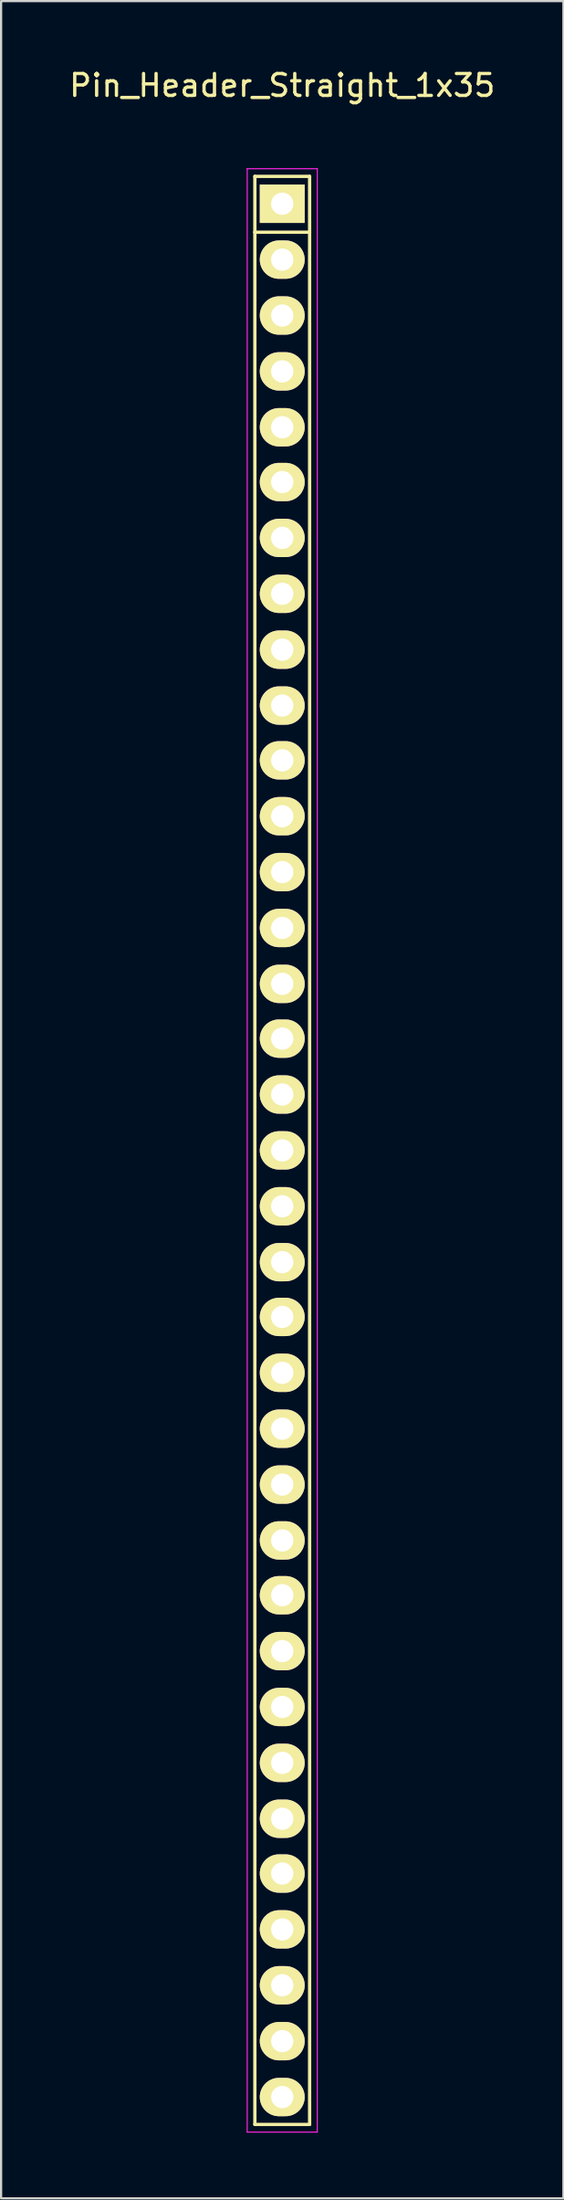
<source format=kicad_pcb>
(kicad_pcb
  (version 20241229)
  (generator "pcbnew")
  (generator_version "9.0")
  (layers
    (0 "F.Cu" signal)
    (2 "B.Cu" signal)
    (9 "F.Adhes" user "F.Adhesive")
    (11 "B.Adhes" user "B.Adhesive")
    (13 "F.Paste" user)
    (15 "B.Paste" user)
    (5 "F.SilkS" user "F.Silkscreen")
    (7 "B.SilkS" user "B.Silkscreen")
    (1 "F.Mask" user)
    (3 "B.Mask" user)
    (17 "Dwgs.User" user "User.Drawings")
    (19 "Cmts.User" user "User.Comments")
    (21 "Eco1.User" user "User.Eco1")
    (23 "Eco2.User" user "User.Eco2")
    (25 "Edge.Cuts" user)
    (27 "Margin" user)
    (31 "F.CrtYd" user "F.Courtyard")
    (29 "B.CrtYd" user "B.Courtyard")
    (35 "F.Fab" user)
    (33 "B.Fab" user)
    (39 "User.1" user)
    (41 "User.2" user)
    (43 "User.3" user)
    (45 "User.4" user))
  (footprint "Pin_Header_Straight_1x35"
    (layer "F.Cu")
    (at 9.839 6.248)
    (property "Reference" "Pin_Header_Straight_1x35" (at 0 -5.4 0) (layer "F.SilkS") (effects (font (size 1 1) (thickness 0.15))))
    (attr through_hole)
    (fp_line (start -1.25 -1.25) (end -1.25 1.3) (stroke (width 0.15) (type solid)) (layer "F.SilkS"))
    (fp_line (start -1.25 1.3) (end -1.25 87.65) (stroke (width 0.15) (type solid)) (layer "F.SilkS"))
    (fp_line (start -1.25 87.65) (end 1.25 87.65) (stroke (width 0.15) (type solid)) (layer "F.SilkS"))
    (fp_line (start 1.25 -1.25) (end -1.25 -1.25) (stroke (width 0.15) (type solid)) (layer "F.SilkS"))
    (fp_line (start 1.25 -1.25) (end 1.25 1.3) (stroke (width 0.15) (type solid)) (layer "F.SilkS"))
    (fp_line (start 1.25 1.3) (end -1.25 1.3) (stroke (width 0.15) (type solid)) (layer "F.SilkS"))
    (fp_line (start 1.25 87.65) (end 1.25 1.3) (stroke (width 0.15) (type solid)) (layer "F.SilkS"))
    (fp_line (start -1.6 -1.6) (end -1.6 88) (stroke (width 0.05) (type solid)) (layer "F.CrtYd"))
    (fp_line (start -1.6 -1.6) (end 1.6 -1.6) (stroke (width 0.05) (type solid)) (layer "F.CrtYd"))
    (fp_line (start -1.6 88) (end 1.6 88) (stroke (width 0.05) (type solid)) (layer "F.CrtYd"))
    (fp_line (start 1.6 -1.6) (end 1.6 88) (stroke (width 0.05) (type solid)) (layer "F.CrtYd"))
    (pad "1" thru_hole rect (at 0 0) (size 2.05 1.75) (drill 1.016) (layers "*.Cu" "*.Mask" "F.SilkS"))
    (pad "2" thru_hole oval (at 0 2.55) (size 2.05 1.75) (drill 1.016) (layers "*.Cu" "*.Mask" "F.SilkS"))
    (pad "3" thru_hole oval (at 0 5.1) (size 2.05 1.75) (drill 1.016) (layers "*.Cu" "*.Mask" "F.SilkS"))
    (pad "4" thru_hole oval (at 0 7.65) (size 2.05 1.75) (drill 1.016) (layers "*.Cu" "*.Mask" "F.SilkS"))
    (pad "5" thru_hole oval (at 0 10.2) (size 2.05 1.75) (drill 1.016) (layers "*.Cu" "*.Mask" "F.SilkS"))
    (pad "6" thru_hole oval (at 0 12.7) (size 2.05 1.75) (drill 1.016) (layers "*.Cu" "*.Mask" "F.SilkS"))
    (pad "7" thru_hole oval (at 0 15.25) (size 2.05 1.75) (drill 1.016) (layers "*.Cu" "*.Mask" "F.SilkS"))
    (pad "8" thru_hole oval (at 0 17.8) (size 2.05 1.75) (drill 1.016) (layers "*.Cu" "*.Mask" "F.SilkS"))
    (pad "9" thru_hole oval (at 0 20.35) (size 2.05 1.75) (drill 1.016) (layers "*.Cu" "*.Mask" "F.SilkS"))
    (pad "10" thru_hole oval (at 0 22.9) (size 2.05 1.75) (drill 1.016) (layers "*.Cu" "*.Mask" "F.SilkS"))
    (pad "11" thru_hole oval (at 0 25.4) (size 2.05 1.75) (drill 1.016) (layers "*.Cu" "*.Mask" "F.SilkS"))
    (pad "12" thru_hole oval (at 0 27.95) (size 2.05 1.75) (drill 1.016) (layers "*.Cu" "*.Mask" "F.SilkS"))
    (pad "13" thru_hole oval (at 0 30.5) (size 2.05 1.75) (drill 1.016) (layers "*.Cu" "*.Mask" "F.SilkS"))
    (pad "14" thru_hole oval (at 0 33.05) (size 2.05 1.75) (drill 1.016) (layers "*.Cu" "*.Mask" "F.SilkS"))
    (pad "15" thru_hole oval (at 0 35.6) (size 2.05 1.75) (drill 1.016) (layers "*.Cu" "*.Mask" "F.SilkS"))
    (pad "16" thru_hole oval (at 0 38.1) (size 2.05 1.75) (drill 1.016) (layers "*.Cu" "*.Mask" "F.SilkS"))
    (pad "17" thru_hole oval (at 0 40.65) (size 2.05 1.75) (drill 1.016) (layers "*.Cu" "*.Mask" "F.SilkS"))
    (pad "18" thru_hole oval (at 0 43.2) (size 2.05 1.75) (drill 1.016) (layers "*.Cu" "*.Mask" "F.SilkS"))
    (pad "19" thru_hole oval (at 0 45.75) (size 2.05 1.75) (drill 1.016) (layers "*.Cu" "*.Mask" "F.SilkS"))
    (pad "20" thru_hole oval (at 0 48.3) (size 2.05 1.75) (drill 1.016) (layers "*.Cu" "*.Mask" "F.SilkS"))
    (pad "21" thru_hole oval (at 0 50.8) (size 2.05 1.75) (drill 1.016) (layers "*.Cu" "*.Mask" "F.SilkS"))
    (pad "22" thru_hole oval (at 0 53.35) (size 2.05 1.75) (drill 1.016) (layers "*.Cu" "*.Mask" "F.SilkS"))
    (pad "23" thru_hole oval (at 0 55.9) (size 2.05 1.75) (drill 1.016) (layers "*.Cu" "*.Mask" "F.SilkS"))
    (pad "24" thru_hole oval (at 0 58.45) (size 2.05 1.75) (drill 1.016) (layers "*.Cu" "*.Mask" "F.SilkS"))
    (pad "25" thru_hole oval (at 0 61) (size 2.05 1.75) (drill 1.016) (layers "*.Cu" "*.Mask" "F.SilkS"))
    (pad "26" thru_hole oval (at 0 63.5) (size 2.05 1.75) (drill 1.016) (layers "*.Cu" "*.Mask" "F.SilkS"))
    (pad "27" thru_hole oval (at 0 66.05) (size 2.05 1.75) (drill 1.016) (layers "*.Cu" "*.Mask" "F.SilkS"))
    (pad "28" thru_hole oval (at 0 68.6) (size 2.05 1.75) (drill 1.016) (layers "*.Cu" "*.Mask" "F.SilkS"))
    (pad "29" thru_hole oval (at 0 71.15) (size 2.05 1.75) (drill 1.016) (layers "*.Cu" "*.Mask" "F.SilkS"))
    (pad "30" thru_hole oval (at 0 73.7) (size 2.05 1.75) (drill 1.016) (layers "*.Cu" "*.Mask" "F.SilkS"))
    (pad "31" thru_hole oval (at 0 76.2) (size 2.05 1.75) (drill 1.016) (layers "*.Cu" "*.Mask" "F.SilkS"))
    (pad "32" thru_hole oval (at 0 78.75) (size 2.05 1.75) (drill 1.016) (layers "*.Cu" "*.Mask" "F.SilkS"))
    (pad "33" thru_hole oval (at 0 81.3) (size 2.05 1.75) (drill 1.016) (layers "*.Cu" "*.Mask" "F.SilkS"))
    (pad "34" thru_hole oval (at 0 83.85) (size 2.05 1.75) (drill 1.016) (layers "*.Cu" "*.Mask" "F.SilkS"))
    (pad "35" thru_hole oval (at 0 86.4) (size 2.05 1.75) (drill 1.016) (layers "*.Cu" "*.Mask" "F.SilkS")))
  (gr_rect
    (start -3 -3)
    (end 22.679 97.273)
    (stroke (width 0.1) (type default))
    (fill no)
    (layer "Edge.Cuts")))
</source>
